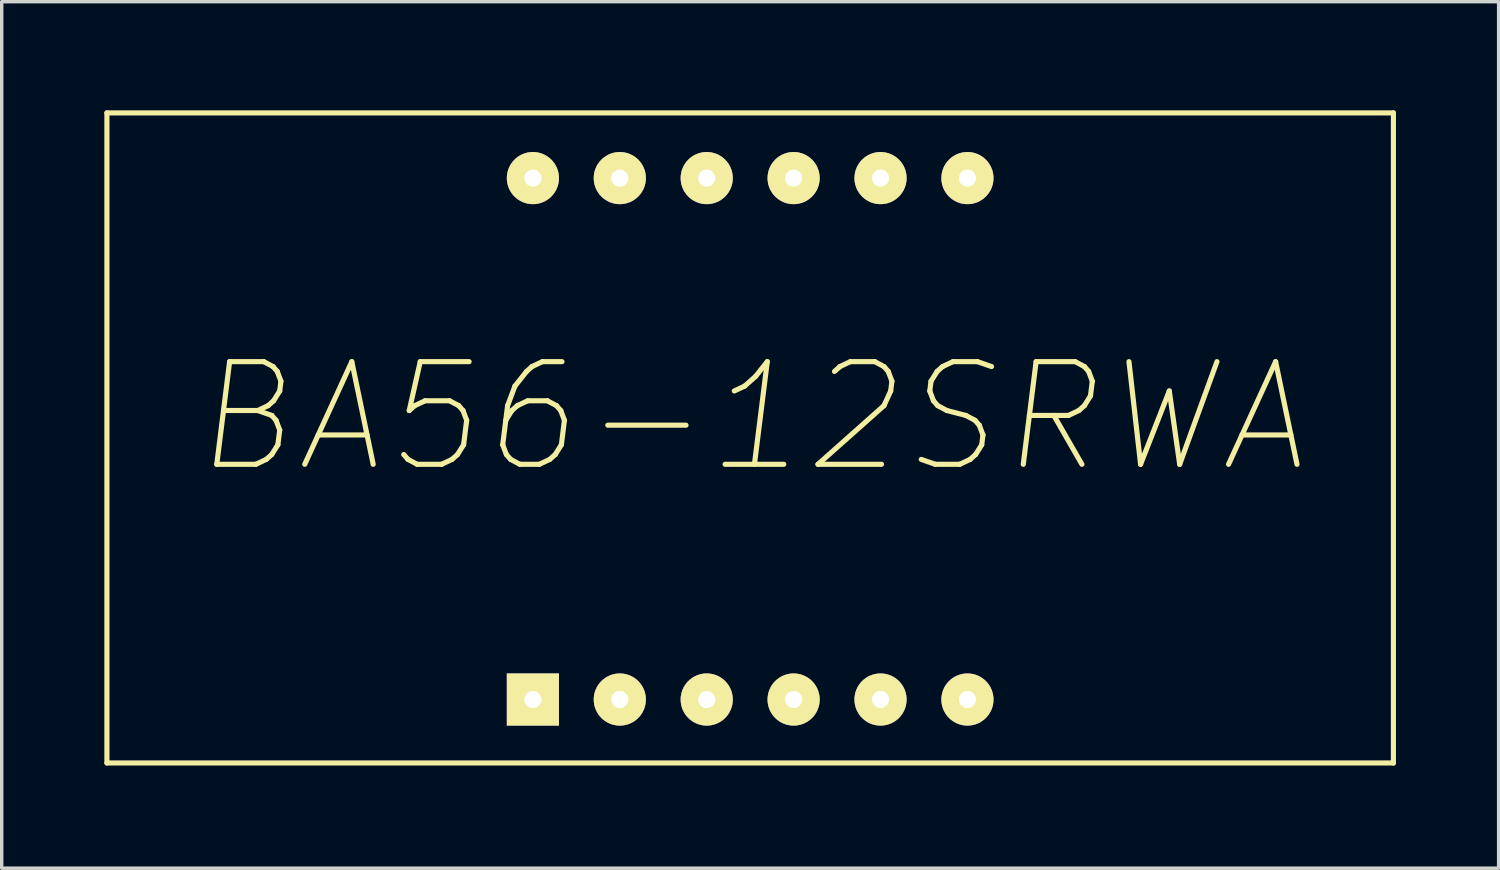
<source format=kicad_pcb>
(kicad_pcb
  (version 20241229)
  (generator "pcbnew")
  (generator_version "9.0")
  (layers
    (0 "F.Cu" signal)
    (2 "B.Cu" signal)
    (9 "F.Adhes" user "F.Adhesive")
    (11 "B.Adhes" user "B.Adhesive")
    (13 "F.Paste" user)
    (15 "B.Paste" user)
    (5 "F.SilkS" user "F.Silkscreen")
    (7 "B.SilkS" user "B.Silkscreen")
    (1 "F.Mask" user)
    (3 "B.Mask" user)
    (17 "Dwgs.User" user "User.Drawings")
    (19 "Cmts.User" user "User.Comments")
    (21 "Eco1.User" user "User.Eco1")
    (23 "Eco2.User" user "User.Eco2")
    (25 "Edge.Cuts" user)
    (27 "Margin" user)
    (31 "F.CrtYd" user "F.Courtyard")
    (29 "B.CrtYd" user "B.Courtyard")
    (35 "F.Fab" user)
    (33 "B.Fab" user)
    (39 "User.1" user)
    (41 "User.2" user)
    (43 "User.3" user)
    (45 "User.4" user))
  (footprint "BA56-12SRWA"
    (layer "F.Cu")
    (at 18.875 0.25)
    (property "Reference" "BA56-12SRWA" (at 0 8.89 0) (layer "F.SilkS") (effects (font (size 3 3) (thickness 0.15) (italic yes))))
    (attr through_hole)
    (fp_line (start -18.8 0) (end 18.8 0) (stroke (width 0.15) (type solid)) (layer "F.SilkS"))
    (fp_line (start -18.8 19) (end -18.8 0) (stroke (width 0.15) (type solid)) (layer "F.SilkS"))
    (fp_line (start 18.8 0) (end 18.8 19) (stroke (width 0.15) (type solid)) (layer "F.SilkS"))
    (fp_line (start 18.8 19) (end -18.8 19) (stroke (width 0.15) (type solid)) (layer "F.SilkS"))
    (pad "1" thru_hole rect (at -6.35 17.145) (size 1.524 1.524) (drill 0.5) (layers "*.Cu" "*.Mask" "F.SilkS"))
    (pad "2" thru_hole circle (at -3.81 17.145) (size 1.524 1.524) (drill 0.5) (layers "*.Cu" "*.Mask" "F.SilkS"))
    (pad "3" thru_hole circle (at -1.27 17.145) (size 1.524 1.524) (drill 0.5) (layers "*.Cu" "*.Mask" "F.SilkS"))
    (pad "4" thru_hole circle (at 1.27 17.145) (size 1.524 1.524) (drill 0.5) (layers "*.Cu" "*.Mask" "F.SilkS"))
    (pad "5" thru_hole circle (at 3.81 17.145) (size 1.524 1.524) (drill 0.5) (layers "*.Cu" "*.Mask" "F.SilkS"))
    (pad "6" thru_hole circle (at 6.35 17.145) (size 1.524 1.524) (drill 0.5) (layers "*.Cu" "*.Mask" "F.SilkS"))
    (pad "7" thru_hole circle (at 6.35 1.905) (size 1.524 1.524) (drill 0.5) (layers "*.Cu" "*.Mask" "F.SilkS"))
    (pad "8" thru_hole circle (at 3.81 1.905) (size 1.524 1.524) (drill 0.5) (layers "*.Cu" "*.Mask" "F.SilkS"))
    (pad "9" thru_hole circle (at 1.27 1.905) (size 1.524 1.524) (drill 0.5) (layers "*.Cu" "*.Mask" "F.SilkS"))
    (pad "10" thru_hole circle (at -1.27 1.905) (size 1.524 1.524) (drill 0.5) (layers "*.Cu" "*.Mask" "F.SilkS"))
    (pad "11" thru_hole circle (at -3.81 1.905) (size 1.524 1.524) (drill 0.5) (layers "*.Cu" "*.Mask" "F.SilkS"))
    (pad "12" thru_hole circle (at -6.35 1.905) (size 1.524 1.524) (drill 0.5) (layers "*.Cu" "*.Mask" "F.SilkS")))
  (gr_rect
    (start -3 -3)
    (end 40.75 22.325)
    (stroke (width 0.1) (type default))
    (fill no)
    (layer "Edge.Cuts")))
</source>
